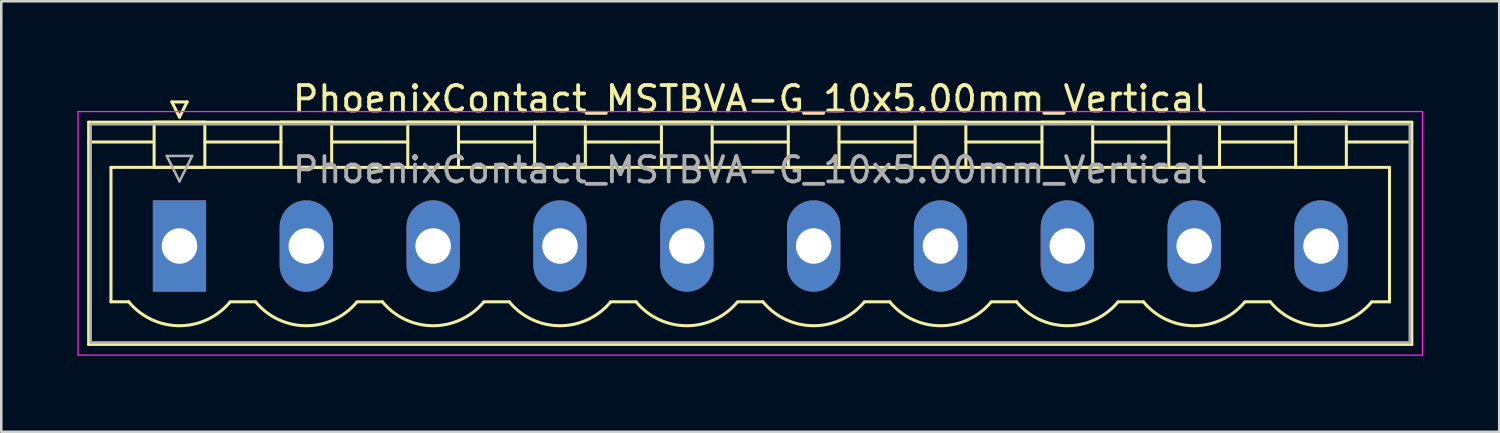
<source format=kicad_pcb>
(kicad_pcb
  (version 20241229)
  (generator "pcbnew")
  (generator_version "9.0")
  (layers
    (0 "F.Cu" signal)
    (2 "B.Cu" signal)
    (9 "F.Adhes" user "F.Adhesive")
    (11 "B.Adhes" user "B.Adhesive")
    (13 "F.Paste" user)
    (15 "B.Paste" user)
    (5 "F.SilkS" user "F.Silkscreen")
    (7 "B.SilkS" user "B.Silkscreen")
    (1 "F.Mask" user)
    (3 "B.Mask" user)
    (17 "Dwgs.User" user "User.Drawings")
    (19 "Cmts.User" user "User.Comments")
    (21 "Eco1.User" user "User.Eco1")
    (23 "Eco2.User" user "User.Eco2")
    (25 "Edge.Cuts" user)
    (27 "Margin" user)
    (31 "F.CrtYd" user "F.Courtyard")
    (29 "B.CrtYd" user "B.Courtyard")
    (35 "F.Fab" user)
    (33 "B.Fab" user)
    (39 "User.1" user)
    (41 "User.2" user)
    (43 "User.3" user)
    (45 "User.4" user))
  (footprint "PhoenixContact_MSTBVA-G_10x5.00mm_Vertical"
    (layer "F.Cu")
    (at 4.025 6.648)
    (property "Reference" "PhoenixContact_MSTBVA-G_10x5.00mm_Vertical" (at 22.5 -5.8 0) (layer "F.SilkS") (effects (font (size 1 1) (thickness 0.15))))
    (attr through_hole)
    (fp_line (start -3.58 -4.88) (end -3.58 3.88) (stroke (width 0.12) (type solid)) (layer "F.SilkS"))
    (fp_line (start -3.58 -4.1) (end -1.08 -4.1) (stroke (width 0.12) (type solid)) (layer "F.SilkS"))
    (fp_line (start -3.58 3.88) (end 48.58 3.88) (stroke (width 0.12) (type solid)) (layer "F.SilkS"))
    (fp_line (start -2.7 -3.1) (end 47.7 -3.1) (stroke (width 0.12) (type solid)) (layer "F.SilkS"))
    (fp_line (start -2.7 2.2) (end -2.7 -3.1) (stroke (width 0.12) (type solid)) (layer "F.SilkS"))
    (fp_line (start -2 2.2) (end -2.7 2.2) (stroke (width 0.12) (type solid)) (layer "F.SilkS"))
    (fp_line (start -1 -4.88) (end 1 -4.88) (stroke (width 0.12) (type solid)) (layer "F.SilkS"))
    (fp_line (start -1 -3.1) (end -1 -4.88) (stroke (width 0.12) (type solid)) (layer "F.SilkS"))
    (fp_line (start -0.3 -5.68) (end 0.3 -5.68) (stroke (width 0.12) (type solid)) (layer "F.SilkS"))
    (fp_line (start 0 -5.08) (end -0.3 -5.68) (stroke (width 0.12) (type solid)) (layer "F.SilkS"))
    (fp_line (start 0.3 -5.68) (end 0 -5.08) (stroke (width 0.12) (type solid)) (layer "F.SilkS"))
    (fp_line (start 1 -4.88) (end 1 -3.1) (stroke (width 0.12) (type solid)) (layer "F.SilkS"))
    (fp_line (start 1 -4.1) (end 4 -4.1) (stroke (width 0.12) (type solid)) (layer "F.SilkS"))
    (fp_line (start 1 -3.1) (end -1 -3.1) (stroke (width 0.12) (type solid)) (layer "F.SilkS"))
    (fp_line (start 2 2.2) (end 3 2.2) (stroke (width 0.12) (type solid)) (layer "F.SilkS"))
    (fp_line (start 4 -4.88) (end 6 -4.88) (stroke (width 0.12) (type solid)) (layer "F.SilkS"))
    (fp_line (start 4 -3.1) (end 4 -4.88) (stroke (width 0.12) (type solid)) (layer "F.SilkS"))
    (fp_line (start 6 -4.88) (end 6 -3.1) (stroke (width 0.12) (type solid)) (layer "F.SilkS"))
    (fp_line (start 6 -4.1) (end 9 -4.1) (stroke (width 0.12) (type solid)) (layer "F.SilkS"))
    (fp_line (start 6 -3.1) (end 4 -3.1) (stroke (width 0.12) (type solid)) (layer "F.SilkS"))
    (fp_line (start 7 2.2) (end 8 2.2) (stroke (width 0.12) (type solid)) (layer "F.SilkS"))
    (fp_line (start 9 -4.88) (end 11 -4.88) (stroke (width 0.12) (type solid)) (layer "F.SilkS"))
    (fp_line (start 9 -3.1) (end 9 -4.88) (stroke (width 0.12) (type solid)) (layer "F.SilkS"))
    (fp_line (start 11 -4.88) (end 11 -3.1) (stroke (width 0.12) (type solid)) (layer "F.SilkS"))
    (fp_line (start 11 -4.1) (end 14 -4.1) (stroke (width 0.12) (type solid)) (layer "F.SilkS"))
    (fp_line (start 11 -3.1) (end 9 -3.1) (stroke (width 0.12) (type solid)) (layer "F.SilkS"))
    (fp_line (start 12 2.2) (end 13 2.2) (stroke (width 0.12) (type solid)) (layer "F.SilkS"))
    (fp_line (start 14 -4.88) (end 16 -4.88) (stroke (width 0.12) (type solid)) (layer "F.SilkS"))
    (fp_line (start 14 -3.1) (end 14 -4.88) (stroke (width 0.12) (type solid)) (layer "F.SilkS"))
    (fp_line (start 16 -4.88) (end 16 -3.1) (stroke (width 0.12) (type solid)) (layer "F.SilkS"))
    (fp_line (start 16 -4.1) (end 19 -4.1) (stroke (width 0.12) (type solid)) (layer "F.SilkS"))
    (fp_line (start 16 -3.1) (end 14 -3.1) (stroke (width 0.12) (type solid)) (layer "F.SilkS"))
    (fp_line (start 17 2.2) (end 18 2.2) (stroke (width 0.12) (type solid)) (layer "F.SilkS"))
    (fp_line (start 19 -4.88) (end 21 -4.88) (stroke (width 0.12) (type solid)) (layer "F.SilkS"))
    (fp_line (start 19 -3.1) (end 19 -4.88) (stroke (width 0.12) (type solid)) (layer "F.SilkS"))
    (fp_line (start 21 -4.88) (end 21 -3.1) (stroke (width 0.12) (type solid)) (layer "F.SilkS"))
    (fp_line (start 21 -4.1) (end 24 -4.1) (stroke (width 0.12) (type solid)) (layer "F.SilkS"))
    (fp_line (start 21 -3.1) (end 19 -3.1) (stroke (width 0.12) (type solid)) (layer "F.SilkS"))
    (fp_line (start 22 2.2) (end 23 2.2) (stroke (width 0.12) (type solid)) (layer "F.SilkS"))
    (fp_line (start 24 -4.88) (end 26 -4.88) (stroke (width 0.12) (type solid)) (layer "F.SilkS"))
    (fp_line (start 24 -3.1) (end 24 -4.88) (stroke (width 0.12) (type solid)) (layer "F.SilkS"))
    (fp_line (start 26 -4.88) (end 26 -3.1) (stroke (width 0.12) (type solid)) (layer "F.SilkS"))
    (fp_line (start 26 -4.1) (end 29 -4.1) (stroke (width 0.12) (type solid)) (layer "F.SilkS"))
    (fp_line (start 26 -3.1) (end 24 -3.1) (stroke (width 0.12) (type solid)) (layer "F.SilkS"))
    (fp_line (start 27 2.2) (end 28 2.2) (stroke (width 0.12) (type solid)) (layer "F.SilkS"))
    (fp_line (start 29 -4.88) (end 31 -4.88) (stroke (width 0.12) (type solid)) (layer "F.SilkS"))
    (fp_line (start 29 -3.1) (end 29 -4.88) (stroke (width 0.12) (type solid)) (layer "F.SilkS"))
    (fp_line (start 31 -4.88) (end 31 -3.1) (stroke (width 0.12) (type solid)) (layer "F.SilkS"))
    (fp_line (start 31 -4.1) (end 34 -4.1) (stroke (width 0.12) (type solid)) (layer "F.SilkS"))
    (fp_line (start 31 -3.1) (end 29 -3.1) (stroke (width 0.12) (type solid)) (layer "F.SilkS"))
    (fp_line (start 32 2.2) (end 33 2.2) (stroke (width 0.12) (type solid)) (layer "F.SilkS"))
    (fp_line (start 34 -4.88) (end 36 -4.88) (stroke (width 0.12) (type solid)) (layer "F.SilkS"))
    (fp_line (start 34 -3.1) (end 34 -4.88) (stroke (width 0.12) (type solid)) (layer "F.SilkS"))
    (fp_line (start 36 -4.88) (end 36 -3.1) (stroke (width 0.12) (type solid)) (layer "F.SilkS"))
    (fp_line (start 36 -4.1) (end 39 -4.1) (stroke (width 0.12) (type solid)) (layer "F.SilkS"))
    (fp_line (start 36 -3.1) (end 34 -3.1) (stroke (width 0.12) (type solid)) (layer "F.SilkS"))
    (fp_line (start 37 2.2) (end 38 2.2) (stroke (width 0.12) (type solid)) (layer "F.SilkS"))
    (fp_line (start 39 -4.88) (end 41 -4.88) (stroke (width 0.12) (type solid)) (layer "F.SilkS"))
    (fp_line (start 39 -3.1) (end 39 -4.88) (stroke (width 0.12) (type solid)) (layer "F.SilkS"))
    (fp_line (start 41 -4.88) (end 41 -3.1) (stroke (width 0.12) (type solid)) (layer "F.SilkS"))
    (fp_line (start 41 -4.1) (end 44 -4.1) (stroke (width 0.12) (type solid)) (layer "F.SilkS"))
    (fp_line (start 41 -3.1) (end 39 -3.1) (stroke (width 0.12) (type solid)) (layer "F.SilkS"))
    (fp_line (start 42 2.2) (end 43 2.2) (stroke (width 0.12) (type solid)) (layer "F.SilkS"))
    (fp_line (start 44 -4.88) (end 46 -4.88) (stroke (width 0.12) (type solid)) (layer "F.SilkS"))
    (fp_line (start 44 -3.1) (end 44 -4.88) (stroke (width 0.12) (type solid)) (layer "F.SilkS"))
    (fp_line (start 46 -4.88) (end 46 -3.1) (stroke (width 0.12) (type solid)) (layer "F.SilkS"))
    (fp_line (start 46 -3.1) (end 44 -3.1) (stroke (width 0.12) (type solid)) (layer "F.SilkS"))
    (fp_line (start 47.7 -3.1) (end 47.7 2.2) (stroke (width 0.12) (type solid)) (layer "F.SilkS"))
    (fp_line (start 47.7 2.2) (end 47 2.2) (stroke (width 0.12) (type solid)) (layer "F.SilkS"))
    (fp_line (start 48.58 -4.88) (end -3.58 -4.88) (stroke (width 0.12) (type solid)) (layer "F.SilkS"))
    (fp_line (start 48.58 -4.1) (end 46.08 -4.1) (stroke (width 0.12) (type solid)) (layer "F.SilkS"))
    (fp_line (start 48.58 3.88) (end 48.58 -4.88) (stroke (width 0.12) (type solid)) (layer "F.SilkS"))
    (fp_arc (start 1.986842 2.215821) (mid -0.010289 3.142758) (end -2 2.2) (stroke (width 0.12) (type solid)) (layer "F.SilkS"))
    (fp_arc (start 6.986842 2.215821) (mid 4.989711 3.142758) (end 3 2.2) (stroke (width 0.12) (type solid)) (layer "F.SilkS"))
    (fp_arc (start 11.986842 2.215821) (mid 9.989711 3.142758) (end 8 2.2) (stroke (width 0.12) (type solid)) (layer "F.SilkS"))
    (fp_arc (start 16.986842 2.215821) (mid 14.989711 3.142758) (end 13 2.2) (stroke (width 0.12) (type solid)) (layer "F.SilkS"))
    (fp_arc (start 21.986842 2.215821) (mid 19.989711 3.142758) (end 18 2.2) (stroke (width 0.12) (type solid)) (layer "F.SilkS"))
    (fp_arc (start 26.986842 2.215821) (mid 24.989711 3.142758) (end 23 2.2) (stroke (width 0.12) (type solid)) (layer "F.SilkS"))
    (fp_arc (start 31.986842 2.215821) (mid 29.989711 3.142758) (end 28 2.2) (stroke (width 0.12) (type solid)) (layer "F.SilkS"))
    (fp_arc (start 36.986842 2.215821) (mid 34.989711 3.142758) (end 33 2.2) (stroke (width 0.12) (type solid)) (layer "F.SilkS"))
    (fp_arc (start 41.986842 2.215821) (mid 39.989711 3.142758) (end 38 2.2) (stroke (width 0.12) (type solid)) (layer "F.SilkS"))
    (fp_arc (start 46.986842 2.215821) (mid 44.989711 3.142758) (end 43 2.2) (stroke (width 0.12) (type solid)) (layer "F.SilkS"))
    (fp_line (start -4 -5.3) (end -4 4.3) (stroke (width 0.05) (type solid)) (layer "F.CrtYd"))
    (fp_line (start -4 4.3) (end 49 4.3) (stroke (width 0.05) (type solid)) (layer "F.CrtYd"))
    (fp_line (start 49 -5.3) (end -4 -5.3) (stroke (width 0.05) (type solid)) (layer "F.CrtYd"))
    (fp_line (start 49 4.3) (end 49 -5.3) (stroke (width 0.05) (type solid)) (layer "F.CrtYd"))
    (fp_line (start -3.5 -4.8) (end -3.5 3.8) (stroke (width 0.1) (type solid)) (layer "F.Fab"))
    (fp_line (start -3.5 3.8) (end 48.5 3.8) (stroke (width 0.1) (type solid)) (layer "F.Fab"))
    (fp_line (start -0.5 -3.55) (end 0.5 -3.55) (stroke (width 0.1) (type solid)) (layer "F.Fab"))
    (fp_line (start 0 -2.55) (end -0.5 -3.55) (stroke (width 0.1) (type solid)) (layer "F.Fab"))
    (fp_line (start 0.5 -3.55) (end 0 -2.55) (stroke (width 0.1) (type solid)) (layer "F.Fab"))
    (fp_line (start 48.5 -4.8) (end -3.5 -4.8) (stroke (width 0.1) (type solid)) (layer "F.Fab"))
    (fp_line (start 48.5 3.8) (end 48.5 -4.8) (stroke (width 0.1) (type solid)) (layer "F.Fab"))
    (fp_text user "${REFERENCE}" (at 22.5 -3 0) (layer "F.Fab") (effects (font (size 1 1) (thickness 0.15))))
    (pad "1" thru_hole rect (at 0 0) (size 2.1 3.6) (drill 1.4) (layers "*.Cu" "*.Mask"))
    (pad "2" thru_hole oval (at 5 0) (size 2.1 3.6) (drill 1.4) (layers "*.Cu" "*.Mask"))
    (pad "3" thru_hole oval (at 10 0) (size 2.1 3.6) (drill 1.4) (layers "*.Cu" "*.Mask"))
    (pad "4" thru_hole oval (at 15 0) (size 2.1 3.6) (drill 1.4) (layers "*.Cu" "*.Mask"))
    (pad "5" thru_hole oval (at 20 0) (size 2.1 3.6) (drill 1.4) (layers "*.Cu" "*.Mask"))
    (pad "6" thru_hole oval (at 25 0) (size 2.1 3.6) (drill 1.4) (layers "*.Cu" "*.Mask"))
    (pad "7" thru_hole oval (at 30 0) (size 2.1 3.6) (drill 1.4) (layers "*.Cu" "*.Mask"))
    (pad "8" thru_hole oval (at 35 0) (size 2.1 3.6) (drill 1.4) (layers "*.Cu" "*.Mask"))
    (pad "9" thru_hole oval (at 40 0) (size 2.1 3.6) (drill 1.4) (layers "*.Cu" "*.Mask"))
    (pad "10" thru_hole oval (at 45 0) (size 2.1 3.6) (drill 1.4) (layers "*.Cu" "*.Mask")))
  (gr_rect
    (start -3 -3)
    (end 56.05 13.973)
    (stroke (width 0.1) (type default))
    (fill no)
    (layer "Edge.Cuts")))
</source>
